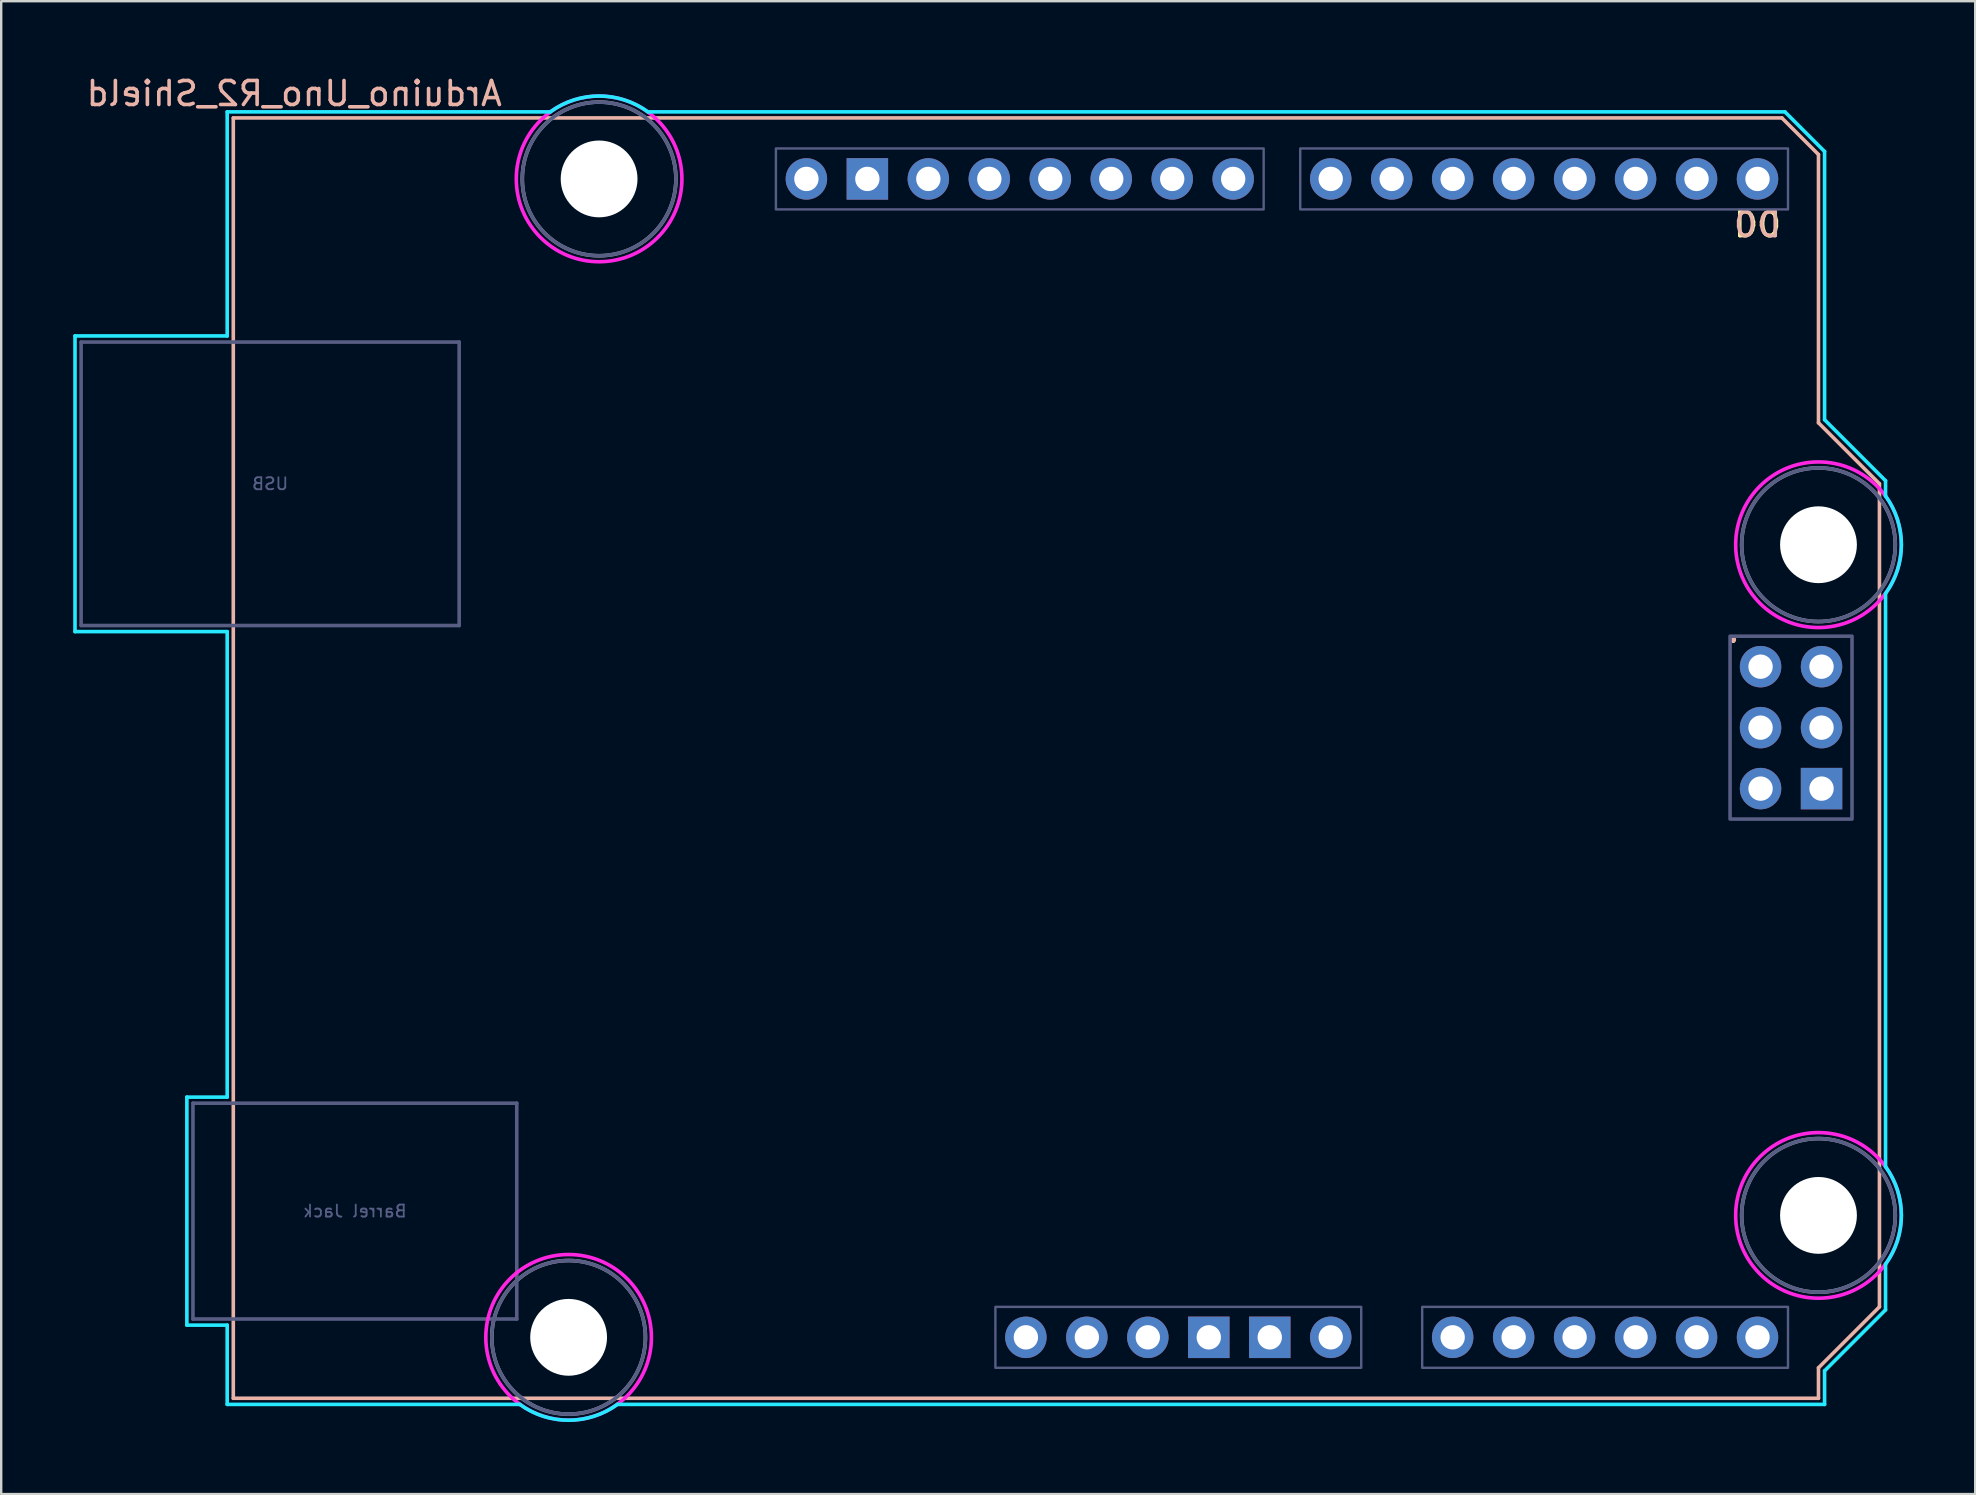
<source format=kicad_pcb>
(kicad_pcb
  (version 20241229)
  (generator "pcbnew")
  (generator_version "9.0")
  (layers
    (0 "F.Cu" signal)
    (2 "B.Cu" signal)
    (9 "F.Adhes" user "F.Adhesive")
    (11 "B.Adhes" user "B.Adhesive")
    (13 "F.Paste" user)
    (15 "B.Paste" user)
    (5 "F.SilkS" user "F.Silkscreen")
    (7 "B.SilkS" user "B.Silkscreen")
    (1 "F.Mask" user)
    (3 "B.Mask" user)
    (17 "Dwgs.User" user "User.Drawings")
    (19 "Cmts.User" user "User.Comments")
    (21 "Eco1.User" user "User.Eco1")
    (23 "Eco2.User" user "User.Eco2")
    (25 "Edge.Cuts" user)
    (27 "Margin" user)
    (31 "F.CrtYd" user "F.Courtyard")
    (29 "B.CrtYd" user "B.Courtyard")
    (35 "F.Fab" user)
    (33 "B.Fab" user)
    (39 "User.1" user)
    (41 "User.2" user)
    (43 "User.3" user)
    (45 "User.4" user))
  (footprint "Arduino_Uno_R2_Shield"
    (layer "F.Cu")
    (at 6.669 55.204)
    (property "Reference" "Arduino_Uno_R2_Shield" (at 2.54 -54.356 0) (layer "B.SilkS") (effects (font (size 1 1) (thickness 0.15)) (justify mirror)))
    (attr through_hole)
    (fp_line (start 0 -53.34) (end 0 0) (stroke (width 0.15) (type solid)) (layer "B.SilkS"))
    (fp_line (start 0 -53.34) (end 64.516 -53.34) (stroke (width 0.15) (type solid)) (layer "B.SilkS"))
    (fp_line (start 0 0) (end 66.04 0) (stroke (width 0.15) (type solid)) (layer "B.SilkS"))
    (fp_line (start 64.516 -53.34) (end 66.04 -51.816) (stroke (width 0.15) (type solid)) (layer "B.SilkS"))
    (fp_line (start 66.04 -40.64) (end 66.04 -51.816) (stroke (width 0.15) (type solid)) (layer "B.SilkS"))
    (fp_line (start 66.04 -1.27) (end 68.58 -3.81) (stroke (width 0.15) (type solid)) (layer "B.SilkS"))
    (fp_line (start 66.04 0) (end 66.04 -1.27) (stroke (width 0.15) (type solid)) (layer "B.SilkS"))
    (fp_line (start 68.58 -38.1) (end 66.04 -40.64) (stroke (width 0.15) (type solid)) (layer "B.SilkS"))
    (fp_line (start 68.58 -3.81) (end 68.58 -38.1) (stroke (width 0.15) (type solid)) (layer "B.SilkS"))
    (fp_line (start -6.594 -44.258) (end -0.254 -44.258) (stroke (width 0.15) (type solid)) (layer "B.CrtYd"))
    (fp_line (start -6.594 -31.94) (end -6.594 -44.258) (stroke (width 0.15) (type solid)) (layer "B.CrtYd"))
    (fp_line (start -1.934 -12.548) (end -1.934 -3.049) (stroke (width 0.15) (type solid)) (layer "B.CrtYd"))
    (fp_line (start -1.934 -12.548) (end -0.254 -12.548) (stroke (width 0.15) (type solid)) (layer "B.CrtYd"))
    (fp_line (start -1.934 -3.049) (end -0.254 -3.049) (stroke (width 0.15) (type solid)) (layer "B.CrtYd"))
    (fp_line (start -0.254 -53.594) (end -0.254 -44.258) (stroke (width 0.15) (type solid)) (layer "B.CrtYd"))
    (fp_line (start -0.254 -31.94) (end -6.594 -31.94) (stroke (width 0.15) (type solid)) (layer "B.CrtYd"))
    (fp_line (start -0.254 -31.94) (end -0.254 -12.548) (stroke (width 0.15) (type solid)) (layer "B.CrtYd"))
    (fp_line (start -0.254 -3.049) (end -0.254 0.254) (stroke (width 0.15) (type solid)) (layer "B.CrtYd"))
    (fp_line (start 11.938 0.254) (end -0.254 0.254) (stroke (width 0.15) (type solid)) (layer "B.CrtYd"))
    (fp_line (start 13.208 -53.594) (end -0.254 -53.594) (stroke (width 0.15) (type solid)) (layer "B.CrtYd"))
    (fp_line (start 16.002 0.254) (end 66.294 0.254) (stroke (width 0.15) (type solid)) (layer "B.CrtYd"))
    (fp_line (start 17.272 -53.594) (end 64.643 -53.594) (stroke (width 0.15) (type solid)) (layer "B.CrtYd"))
    (fp_line (start 64.643 -53.594) (end 66.294 -51.943) (stroke (width 0.15) (type solid)) (layer "B.CrtYd"))
    (fp_line (start 66.294 -40.767) (end 66.294 -51.943) (stroke (width 0.15) (type solid)) (layer "B.CrtYd"))
    (fp_line (start 66.294 -1.143) (end 68.834 -3.683) (stroke (width 0.15) (type solid)) (layer "B.CrtYd"))
    (fp_line (start 66.294 0.254) (end 66.294 -1.143) (stroke (width 0.15) (type solid)) (layer "B.CrtYd"))
    (fp_line (start 68.834 -38.227) (end 66.294 -40.767) (stroke (width 0.15) (type solid)) (layer "B.CrtYd"))
    (fp_line (start 68.834 -38.227) (end 68.834 -37.592) (stroke (width 0.15) (type solid)) (layer "B.CrtYd"))
    (fp_line (start 68.834 -9.652) (end 68.834 -33.528) (stroke (width 0.15) (type solid)) (layer "B.CrtYd"))
    (fp_line (start 68.834 -5.588) (end 68.834 -3.683) (stroke (width 0.15) (type solid)) (layer "B.CrtYd"))
    (fp_arc (start 13.208 -53.594) (mid 15.24 -54.254237) (end 17.272 -53.594) (stroke (width 0.15) (type solid)) (layer "B.CrtYd"))
    (fp_arc (start 16.002 0.254) (mid 13.97 0.914237) (end 11.938 0.254) (stroke (width 0.15) (type solid)) (layer "B.CrtYd"))
    (fp_arc (start 68.834 -37.592) (mid 69.494238 -35.56) (end 68.834 -33.528) (stroke (width 0.15) (type solid)) (layer "B.CrtYd"))
    (fp_arc (start 68.834 -9.652) (mid 69.494238 -7.62) (end 68.834 -5.588) (stroke (width 0.15) (type solid)) (layer "B.CrtYd"))
    (fp_circle (center 13.97 -2.54) (end 17.42 -2.54) (stroke (width 0.15) (type solid)) (fill no) (layer "F.CrtYd"))
    (fp_circle (center 15.24 -50.8) (end 18.69 -50.8) (stroke (width 0.15) (type solid)) (fill no) (layer "F.CrtYd"))
    (fp_circle (center 66.04 -35.56) (end 69.49 -35.56) (stroke (width 0.15) (type solid)) (fill no) (layer "F.CrtYd"))
    (fp_circle (center 66.04 -7.62) (end 69.49 -7.62) (stroke (width 0.15) (type solid)) (fill no) (layer "F.CrtYd"))
    (fp_line (start -6.34 -44.004) (end 9.41 -44.004) (stroke (width 0.15) (type solid)) (layer "B.Fab"))
    (fp_line (start -6.34 -32.194) (end -6.34 -44.004) (stroke (width 0.15) (type solid)) (layer "B.Fab"))
    (fp_line (start -6.34 -32.194) (end 9.41 -32.194) (stroke (width 0.15) (type solid)) (layer "B.Fab"))
    (fp_line (start -1.68 -12.294) (end -1.68 -3.303) (stroke (width 0.15) (type solid)) (layer "B.Fab"))
    (fp_line (start -1.68 -12.294) (end 11.81 -12.294) (stroke (width 0.15) (type solid)) (layer "B.Fab"))
    (fp_line (start -1.68 -3.303) (end 11.81 -3.303) (stroke (width 0.15) (type solid)) (layer "B.Fab"))
    (fp_line (start 9.41 -32.194) (end 9.41 -44.004) (stroke (width 0.15) (type solid)) (layer "B.Fab"))
    (fp_line (start 11.81 -12.294) (end 11.81 -3.303) (stroke (width 0.15) (type solid)) (layer "B.Fab"))
    (fp_rect (start 22.606 -52.07) (end 42.926 -49.53) (stroke (width 0.1) (type solid)) (fill no) (layer "B.Fab"))
    (fp_rect (start 31.75 -3.81) (end 46.99 -1.27) (stroke (width 0.1) (type solid)) (fill no) (layer "B.Fab"))
    (fp_rect (start 44.45 -52.07) (end 64.77 -49.53) (stroke (width 0.1) (type solid)) (fill no) (layer "B.Fab"))
    (fp_rect (start 49.53 -3.81) (end 64.77 -1.27) (stroke (width 0.1) (type solid)) (fill no) (layer "B.Fab"))
    (fp_rect (start 62.357 -31.75) (end 67.437 -24.13) (stroke (width 0.15) (type solid)) (fill no) (layer "B.Fab"))
    (fp_circle (center 13.97 -2.54) (end 17.17 -2.54) (stroke (width 0.15) (type solid)) (fill no) (layer "B.Fab"))
    (fp_circle (center 15.24 -50.8) (end 18.44 -50.8) (stroke (width 0.15) (type solid)) (fill no) (layer "B.Fab"))
    (fp_circle (center 66.04 -35.56) (end 69.24 -35.56) (stroke (width 0.15) (type solid)) (fill no) (layer "B.Fab"))
    (fp_circle (center 66.04 -7.62) (end 69.24 -7.62) (stroke (width 0.15) (type solid)) (fill no) (layer "B.Fab"))
    (fp_circle (center 13.97 -2.54) (end 17.17 -2.54) (stroke (width 0.15) (type solid)) (fill no) (layer "F.Fab"))
    (fp_circle (center 15.24 -50.8) (end 18.44 -50.8) (stroke (width 0.15) (type solid)) (fill no) (layer "F.Fab"))
    (fp_circle (center 66.04 -35.56) (end 69.24 -35.56) (stroke (width 0.15) (type solid)) (fill no) (layer "F.Fab"))
    (fp_circle (center 66.04 -7.62) (end 69.24 -7.62) (stroke (width 0.15) (type solid)) (fill no) (layer "F.Fab"))
    (fp_text user "." (at 62.484 -32.004 0) (layer "F.SilkS") (effects (font (size 1 1) (thickness 0.15))))
    (fp_text user "D0" (at 63.5 -48.895 0) (unlocked yes) (layer "F.SilkS") (effects (font (size 1 1) (thickness 0.15))))
    (fp_text user "D0" (at 63.5 -48.895 0) (unlocked yes) (layer "B.SilkS") (effects (font (size 1 1) (thickness 0.15)) (justify mirror)))
    (fp_text user "." (at 62.484 -32.004 0) (layer "B.SilkS") (effects (font (size 1 1) (thickness 0.15))))
    (fp_text user "Barrel Jack" (at 5.065 -7.798 0) (layer "B.Fab") (effects (font (size 0.5 0.5) (thickness 0.075)) (justify mirror)))
    (fp_text user "USB" (at 1.535 -38.099 0) (layer "B.Fab") (effects (font (size 0.5 0.5) (thickness 0.075)) (justify mirror)))
    (pad "" np_thru_hole circle (at 13.97 -2.54) (size 3.2 3.2) (drill 3.2) (layers "*.Cu" "*.Mask"))
    (pad "" np_thru_hole circle (at 15.24 -50.8) (size 3.2 3.2) (drill 3.2) (layers "*.Cu" "*.Mask"))
    (pad "" np_thru_hole circle (at 66.04 -35.56) (size 3.2 3.2) (drill 3.2) (layers "*.Cu" "*.Mask"))
    (pad "" np_thru_hole circle (at 66.04 -7.62) (size 3.2 3.2) (drill 3.2) (layers "*.Cu" "*.Mask"))
    (pad "3V3" thru_hole oval (at 35.56 -2.54) (size 1.727 1.727) (drill 1.016) (layers "*.Cu" "*.Mask"))
    (pad "5V1" thru_hole oval (at 38.1 -2.54) (size 1.727 1.727) (drill 1.016) (layers "*.Cu" "*.Mask"))
    (pad "5V2" thru_hole oval (at 66.167 -30.48) (size 1.727 1.727) (drill 1.016) (layers "*.Cu" "*.Mask"))
    (pad "A0" thru_hole oval (at 50.8 -2.54) (size 1.727 1.727) (drill 1.016) (layers "*.Cu" "*.Mask"))
    (pad "A1" thru_hole oval (at 53.34 -2.54) (size 1.727 1.727) (drill 1.016) (layers "*.Cu" "*.Mask"))
    (pad "A2" thru_hole oval (at 55.88 -2.54) (size 1.727 1.727) (drill 1.016) (layers "*.Cu" "*.Mask"))
    (pad "A3" thru_hole oval (at 58.42 -2.54) (size 1.727 1.727) (drill 1.016) (layers "*.Cu" "*.Mask"))
    (pad "A4" thru_hole oval (at 60.96 -2.54) (size 1.727 1.727) (drill 1.016) (layers "*.Cu" "*.Mask"))
    (pad "A5" thru_hole oval (at 63.5 -2.54) (size 1.727 1.727) (drill 1.016) (layers "*.Cu" "*.Mask"))
    (pad "AREF" thru_hole oval (at 23.876 -50.8) (size 1.727 1.727) (drill 1.016) (layers "*.Cu" "*.Mask"))
    (pad "D0" thru_hole oval (at 63.5 -50.8) (size 1.727 1.727) (drill 1.016) (layers "*.Cu" "*.Mask"))
    (pad "D1" thru_hole oval (at 60.96 -50.8) (size 1.727 1.727) (drill 1.016) (layers "*.Cu" "*.Mask"))
    (pad "D2" thru_hole oval (at 58.42 -50.8) (size 1.727 1.727) (drill 1.016) (layers "*.Cu" "*.Mask"))
    (pad "D3" thru_hole oval (at 55.88 -50.8) (size 1.727 1.727) (drill 1.016) (layers "*.Cu" "*.Mask"))
    (pad "D4" thru_hole oval (at 53.34 -50.8) (size 1.727 1.727) (drill 1.016) (layers "*.Cu" "*.Mask"))
    (pad "D5" thru_hole oval (at 50.8 -50.8) (size 1.727 1.727) (drill 1.016) (layers "*.Cu" "*.Mask"))
    (pad "D6" thru_hole oval (at 48.26 -50.8) (size 1.727 1.727) (drill 1.016) (layers "*.Cu" "*.Mask"))
    (pad "D7" thru_hole oval (at 45.72 -50.8) (size 1.727 1.727) (drill 1.016) (layers "*.Cu" "*.Mask"))
    (pad "D8" thru_hole oval (at 41.656 -50.8) (size 1.727 1.727) (drill 1.016) (layers "*.Cu" "*.Mask"))
    (pad "D9" thru_hole oval (at 39.116 -50.8) (size 1.727 1.727) (drill 1.016) (layers "*.Cu" "*.Mask"))
    (pad "D10" thru_hole oval (at 36.576 -50.8) (size 1.727 1.727) (drill 1.016) (layers "*.Cu" "*.Mask"))
    (pad "D11" thru_hole oval (at 34.036 -50.8) (size 1.727 1.727) (drill 1.016) (layers "*.Cu" "*.Mask"))
    (pad "D12" thru_hole oval (at 31.496 -50.8) (size 1.727 1.727) (drill 1.016) (layers "*.Cu" "*.Mask"))
    (pad "D13" thru_hole oval (at 28.956 -50.8) (size 1.727 1.727) (drill 1.016) (layers "*.Cu" "*.Mask"))
    (pad "GND1" thru_hole rect (at 26.416 -50.8) (size 1.727 1.727) (drill 1.016) (layers "*.Cu" "*.Mask"))
    (pad "GND2" thru_hole rect (at 40.64 -2.54) (size 1.727 1.727) (drill 1.016) (layers "*.Cu" "*.Mask"))
    (pad "GND3" thru_hole rect (at 43.18 -2.54) (size 1.727 1.727) (drill 1.016) (layers "*.Cu" "*.Mask"))
    (pad "GND4" thru_hole rect (at 66.167 -25.4) (size 1.727 1.727) (drill 1.016) (layers "*.Cu" "*.Mask"))
    (pad "MISO" thru_hole oval (at 63.627 -30.48) (size 1.727 1.727) (drill 1.016) (layers "*.Cu" "*.Mask"))
    (pad "MOSI" thru_hole oval (at 66.167 -27.94) (size 1.727 1.727) (drill 1.016) (layers "*.Cu" "*.Mask"))
    (pad "RST1" thru_hole oval (at 33.02 -2.54) (size 1.727 1.727) (drill 1.016) (layers "*.Cu" "*.Mask"))
    (pad "RST2" thru_hole oval (at 63.627 -25.4) (size 1.727 1.727) (drill 1.016) (layers "*.Cu" "*.Mask"))
    (pad "SCK" thru_hole oval (at 63.627 -27.94) (size 1.727 1.727) (drill 1.016) (layers "*.Cu" "*.Mask"))
    (pad "VIN" thru_hole oval (at 45.72 -2.54) (size 1.727 1.727) (drill 1.016) (layers "*.Cu" "*.Mask")))
  (gr_rect
    (start -3 -3)
    (end 79.238 59.193)
    (stroke (width 0.1) (type default))
    (fill no)
    (layer "Edge.Cuts")))
</source>
